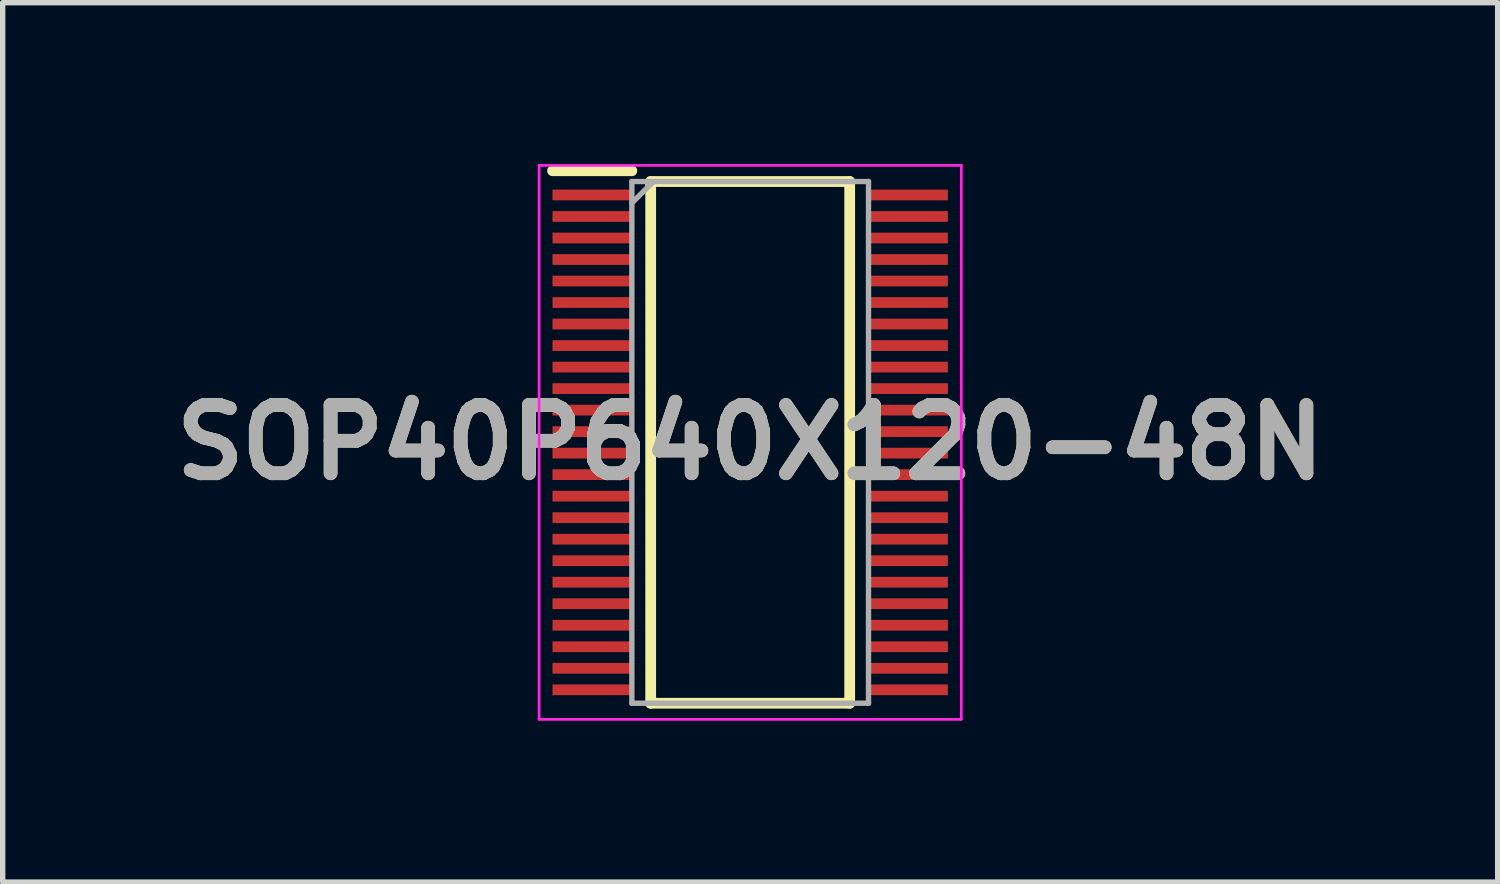
<source format=kicad_pcb>
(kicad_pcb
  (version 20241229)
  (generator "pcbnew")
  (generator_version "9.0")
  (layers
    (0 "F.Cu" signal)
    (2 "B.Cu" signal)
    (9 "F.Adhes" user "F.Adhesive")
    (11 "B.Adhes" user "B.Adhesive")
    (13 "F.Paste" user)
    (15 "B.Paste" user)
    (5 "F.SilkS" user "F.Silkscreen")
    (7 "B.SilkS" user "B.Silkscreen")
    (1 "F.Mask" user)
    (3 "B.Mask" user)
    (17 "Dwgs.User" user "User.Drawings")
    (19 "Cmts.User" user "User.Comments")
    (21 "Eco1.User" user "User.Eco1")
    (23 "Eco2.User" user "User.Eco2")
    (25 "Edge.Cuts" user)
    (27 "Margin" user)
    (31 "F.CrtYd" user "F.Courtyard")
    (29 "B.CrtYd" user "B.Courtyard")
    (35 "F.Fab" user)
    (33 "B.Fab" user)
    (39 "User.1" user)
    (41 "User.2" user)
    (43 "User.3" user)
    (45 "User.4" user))
  (footprint "SOP40P640X120-48N"
    (layer "F.Cu")
    (at 10.898 5.175)
    (property "Reference" "SOP40P640X120-48N" (at 0 0 0) (layer "F.SilkS") (effects (font (size 1.27 1.27) (thickness 0.254))))
    (attr smd)
    (fp_line (start -3.675 -5.05) (end -2.2 -5.05) (stroke (width 0.2) (type solid)) (layer "F.SilkS"))
    (fp_line (start -1.85 -4.85) (end 1.85 -4.85) (stroke (width 0.2) (type solid)) (layer "F.SilkS"))
    (fp_line (start -1.85 4.85) (end -1.85 -4.85) (stroke (width 0.2) (type solid)) (layer "F.SilkS"))
    (fp_line (start 1.85 -4.85) (end 1.85 4.85) (stroke (width 0.2) (type solid)) (layer "F.SilkS"))
    (fp_line (start 1.85 4.85) (end -1.85 4.85) (stroke (width 0.2) (type solid)) (layer "F.SilkS"))
    (fp_line (start -3.925 -5.15) (end 3.925 -5.15) (stroke (width 0.05) (type solid)) (layer "F.CrtYd"))
    (fp_line (start -3.925 5.15) (end -3.925 -5.15) (stroke (width 0.05) (type solid)) (layer "F.CrtYd"))
    (fp_line (start 3.925 -5.15) (end 3.925 5.15) (stroke (width 0.05) (type solid)) (layer "F.CrtYd"))
    (fp_line (start 3.925 5.15) (end -3.925 5.15) (stroke (width 0.05) (type solid)) (layer "F.CrtYd"))
    (fp_line (start -2.2 -4.85) (end 2.2 -4.85) (stroke (width 0.1) (type solid)) (layer "F.Fab"))
    (fp_line (start -2.2 -4.45) (end -1.8 -4.85) (stroke (width 0.1) (type solid)) (layer "F.Fab"))
    (fp_line (start -2.2 4.85) (end -2.2 -4.85) (stroke (width 0.1) (type solid)) (layer "F.Fab"))
    (fp_line (start 2.2 -4.85) (end 2.2 4.85) (stroke (width 0.1) (type solid)) (layer "F.Fab"))
    (fp_line (start 2.2 4.85) (end -2.2 4.85) (stroke (width 0.1) (type solid)) (layer "F.Fab"))
    (fp_text user "${REFERENCE}" (at 0 0 0) (layer "F.Fab") (effects (font (size 1.27 1.27) (thickness 0.254))))
    (pad "1" smd rect (at -2.938 -4.6 90) (size 0.2 1.475) (layers "F.Cu" "F.Mask" "F.Paste"))
    (pad "2" smd rect (at -2.938 -4.2 90) (size 0.2 1.475) (layers "F.Cu" "F.Mask" "F.Paste"))
    (pad "3" smd rect (at -2.938 -3.8 90) (size 0.2 1.475) (layers "F.Cu" "F.Mask" "F.Paste"))
    (pad "4" smd rect (at -2.938 -3.4 90) (size 0.2 1.475) (layers "F.Cu" "F.Mask" "F.Paste"))
    (pad "5" smd rect (at -2.938 -3 90) (size 0.2 1.475) (layers "F.Cu" "F.Mask" "F.Paste"))
    (pad "6" smd rect (at -2.938 -2.6 90) (size 0.2 1.475) (layers "F.Cu" "F.Mask" "F.Paste"))
    (pad "7" smd rect (at -2.938 -2.2 90) (size 0.2 1.475) (layers "F.Cu" "F.Mask" "F.Paste"))
    (pad "8" smd rect (at -2.938 -1.8 90) (size 0.2 1.475) (layers "F.Cu" "F.Mask" "F.Paste"))
    (pad "9" smd rect (at -2.938 -1.4 90) (size 0.2 1.475) (layers "F.Cu" "F.Mask" "F.Paste"))
    (pad "10" smd rect (at -2.938 -1 90) (size 0.2 1.475) (layers "F.Cu" "F.Mask" "F.Paste"))
    (pad "11" smd rect (at -2.938 -0.6 90) (size 0.2 1.475) (layers "F.Cu" "F.Mask" "F.Paste"))
    (pad "12" smd rect (at -2.938 -0.2 90) (size 0.2 1.475) (layers "F.Cu" "F.Mask" "F.Paste"))
    (pad "13" smd rect (at -2.938 0.2 90) (size 0.2 1.475) (layers "F.Cu" "F.Mask" "F.Paste"))
    (pad "14" smd rect (at -2.938 0.6 90) (size 0.2 1.475) (layers "F.Cu" "F.Mask" "F.Paste"))
    (pad "15" smd rect (at -2.938 1 90) (size 0.2 1.475) (layers "F.Cu" "F.Mask" "F.Paste"))
    (pad "16" smd rect (at -2.938 1.4 90) (size 0.2 1.475) (layers "F.Cu" "F.Mask" "F.Paste"))
    (pad "17" smd rect (at -2.938 1.8 90) (size 0.2 1.475) (layers "F.Cu" "F.Mask" "F.Paste"))
    (pad "18" smd rect (at -2.938 2.2 90) (size 0.2 1.475) (layers "F.Cu" "F.Mask" "F.Paste"))
    (pad "19" smd rect (at -2.938 2.6 90) (size 0.2 1.475) (layers "F.Cu" "F.Mask" "F.Paste"))
    (pad "20" smd rect (at -2.938 3 90) (size 0.2 1.475) (layers "F.Cu" "F.Mask" "F.Paste"))
    (pad "21" smd rect (at -2.938 3.4 90) (size 0.2 1.475) (layers "F.Cu" "F.Mask" "F.Paste"))
    (pad "22" smd rect (at -2.938 3.8 90) (size 0.2 1.475) (layers "F.Cu" "F.Mask" "F.Paste"))
    (pad "23" smd rect (at -2.938 4.2 90) (size 0.2 1.475) (layers "F.Cu" "F.Mask" "F.Paste"))
    (pad "24" smd rect (at -2.938 4.6 90) (size 0.2 1.475) (layers "F.Cu" "F.Mask" "F.Paste"))
    (pad "25" smd rect (at 2.938 4.6 90) (size 0.2 1.475) (layers "F.Cu" "F.Mask" "F.Paste"))
    (pad "26" smd rect (at 2.938 4.2 90) (size 0.2 1.475) (layers "F.Cu" "F.Mask" "F.Paste"))
    (pad "27" smd rect (at 2.938 3.8 90) (size 0.2 1.475) (layers "F.Cu" "F.Mask" "F.Paste"))
    (pad "28" smd rect (at 2.938 3.4 90) (size 0.2 1.475) (layers "F.Cu" "F.Mask" "F.Paste"))
    (pad "29" smd rect (at 2.938 3 90) (size 0.2 1.475) (layers "F.Cu" "F.Mask" "F.Paste"))
    (pad "30" smd rect (at 2.938 2.6 90) (size 0.2 1.475) (layers "F.Cu" "F.Mask" "F.Paste"))
    (pad "31" smd rect (at 2.938 2.2 90) (size 0.2 1.475) (layers "F.Cu" "F.Mask" "F.Paste"))
    (pad "32" smd rect (at 2.938 1.8 90) (size 0.2 1.475) (layers "F.Cu" "F.Mask" "F.Paste"))
    (pad "33" smd rect (at 2.938 1.4 90) (size 0.2 1.475) (layers "F.Cu" "F.Mask" "F.Paste"))
    (pad "34" smd rect (at 2.938 1 90) (size 0.2 1.475) (layers "F.Cu" "F.Mask" "F.Paste"))
    (pad "35" smd rect (at 2.938 0.6 90) (size 0.2 1.475) (layers "F.Cu" "F.Mask" "F.Paste"))
    (pad "36" smd rect (at 2.938 0.2 90) (size 0.2 1.475) (layers "F.Cu" "F.Mask" "F.Paste"))
    (pad "37" smd rect (at 2.938 -0.2 90) (size 0.2 1.475) (layers "F.Cu" "F.Mask" "F.Paste"))
    (pad "38" smd rect (at 2.938 -0.6 90) (size 0.2 1.475) (layers "F.Cu" "F.Mask" "F.Paste"))
    (pad "39" smd rect (at 2.938 -1 90) (size 0.2 1.475) (layers "F.Cu" "F.Mask" "F.Paste"))
    (pad "40" smd rect (at 2.938 -1.4 90) (size 0.2 1.475) (layers "F.Cu" "F.Mask" "F.Paste"))
    (pad "41" smd rect (at 2.938 -1.8 90) (size 0.2 1.475) (layers "F.Cu" "F.Mask" "F.Paste"))
    (pad "42" smd rect (at 2.938 -2.2 90) (size 0.2 1.475) (layers "F.Cu" "F.Mask" "F.Paste"))
    (pad "43" smd rect (at 2.938 -2.6 90) (size 0.2 1.475) (layers "F.Cu" "F.Mask" "F.Paste"))
    (pad "44" smd rect (at 2.938 -3 90) (size 0.2 1.475) (layers "F.Cu" "F.Mask" "F.Paste"))
    (pad "45" smd rect (at 2.938 -3.4 90) (size 0.2 1.475) (layers "F.Cu" "F.Mask" "F.Paste"))
    (pad "46" smd rect (at 2.938 -3.8 90) (size 0.2 1.475) (layers "F.Cu" "F.Mask" "F.Paste"))
    (pad "47" smd rect (at 2.938 -4.2 90) (size 0.2 1.475) (layers "F.Cu" "F.Mask" "F.Paste"))
    (pad "48" smd rect (at 2.938 -4.6 90) (size 0.2 1.475) (layers "F.Cu" "F.Mask" "F.Paste")))
  (gr_rect
    (start -3 -3)
    (end 24.796 13.35)
    (stroke (width 0.1) (type default))
    (fill no)
    (layer "Edge.Cuts")))
</source>
